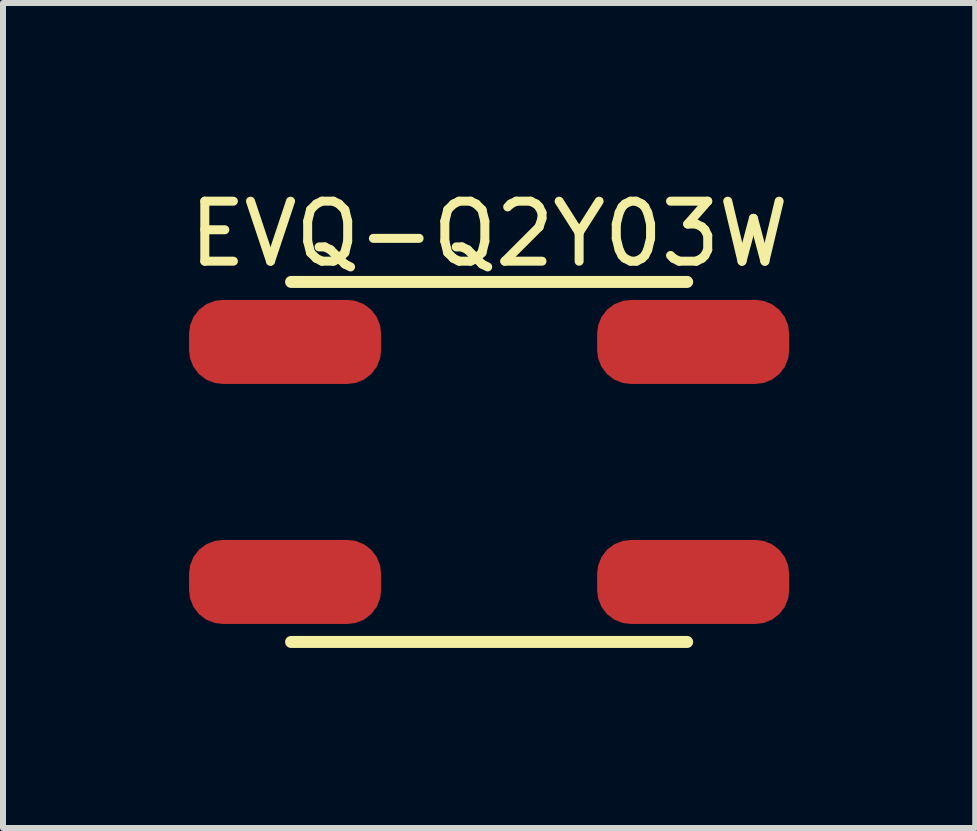
<source format=kicad_pcb>
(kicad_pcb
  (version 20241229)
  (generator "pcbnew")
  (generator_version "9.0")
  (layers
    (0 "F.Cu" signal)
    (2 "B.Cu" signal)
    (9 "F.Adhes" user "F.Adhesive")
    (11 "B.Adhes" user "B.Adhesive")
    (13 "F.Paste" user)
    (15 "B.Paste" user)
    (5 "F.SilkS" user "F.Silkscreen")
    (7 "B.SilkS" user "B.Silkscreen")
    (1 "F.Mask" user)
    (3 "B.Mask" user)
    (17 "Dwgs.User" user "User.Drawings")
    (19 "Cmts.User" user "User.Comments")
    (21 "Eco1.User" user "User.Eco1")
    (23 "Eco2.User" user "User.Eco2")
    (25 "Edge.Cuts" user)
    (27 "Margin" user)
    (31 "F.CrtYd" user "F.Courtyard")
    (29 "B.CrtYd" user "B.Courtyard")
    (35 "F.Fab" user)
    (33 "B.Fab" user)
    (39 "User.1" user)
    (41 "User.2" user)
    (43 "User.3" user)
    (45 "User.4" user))
  (footprint "EVQ-Q2Y03W"
    (layer "F.Cu")
    (at 5.101 4.648)
    (property "Reference" "EVQ-Q2Y03W" (at 0 -3.8 0) (unlocked yes) (layer "F.SilkS") (effects (font (size 1 1) (thickness 0.15))))
    (fp_line (start -3.3 -3) (end 3.3 -3) (stroke (width 0.2) (type solid)) (layer "F.SilkS"))
    (fp_line (start -3.3 3) (end 3.3 3) (stroke (width 0.2) (type solid)) (layer "F.SilkS"))
    (fp_line (start -5 -3) (end 5 -3) (stroke (width 0.1) (type solid)) (layer "Eco2.User"))
    (fp_line (start -5 3) (end -5 -3) (stroke (width 0.1) (type solid)) (layer "Eco2.User"))
    (fp_line (start -5 3) (end 5 3) (stroke (width 0.1) (type solid)) (layer "Eco2.User"))
    (fp_line (start -2.9 -2.8) (end 2.9 -2.8) (stroke (width 0.1) (type solid)) (layer "Eco2.User"))
    (fp_line (start -2.9 2.8) (end -2.9 -2.8) (stroke (width 0.1) (type solid)) (layer "Eco2.User"))
    (fp_line (start -2.9 2.8) (end 2.9 2.8) (stroke (width 0.1) (type solid)) (layer "Eco2.User"))
    (fp_line (start 2.9 2.8) (end 2.9 -2.8) (stroke (width 0.1) (type solid)) (layer "Eco2.User"))
    (fp_line (start 5 3) (end 5 -3) (stroke (width 0.1) (type solid)) (layer "Eco2.User"))
    (fp_text user "${REFERENCE}" (at -2.1 0.3 0) (unlocked yes) (layer "Eco2.User") (effects (font (face "Avenir LT 45 Book") (size 0.55 0.55) (thickness 0.254)) (justify left bottom)))
    (pad "A" smd roundrect (at -3.4 2 180) (size 3.2 1.4) (layers "F.Cu" "F.Mask" "F.Paste") (roundrect_rratio 0.4))
    (pad "A" smd roundrect (at 3.4 2 180) (size 3.2 1.4) (layers "F.Cu" "F.Mask" "F.Paste") (roundrect_rratio 0.4))
    (pad "B" smd roundrect (at -3.4 -2 180) (size 3.2 1.4) (layers "F.Cu" "F.Mask" "F.Paste") (roundrect_rratio 0.4))
    (pad "B" smd roundrect (at 3.4 -2 180) (size 3.2 1.4) (layers "F.Cu" "F.Mask" "F.Paste") (roundrect_rratio 0.4)))
  (gr_rect
    (start -3 -3)
    (end 13.202 10.748)
    (stroke (width 0.1) (type default))
    (fill no)
    (layer "Edge.Cuts")))
</source>
